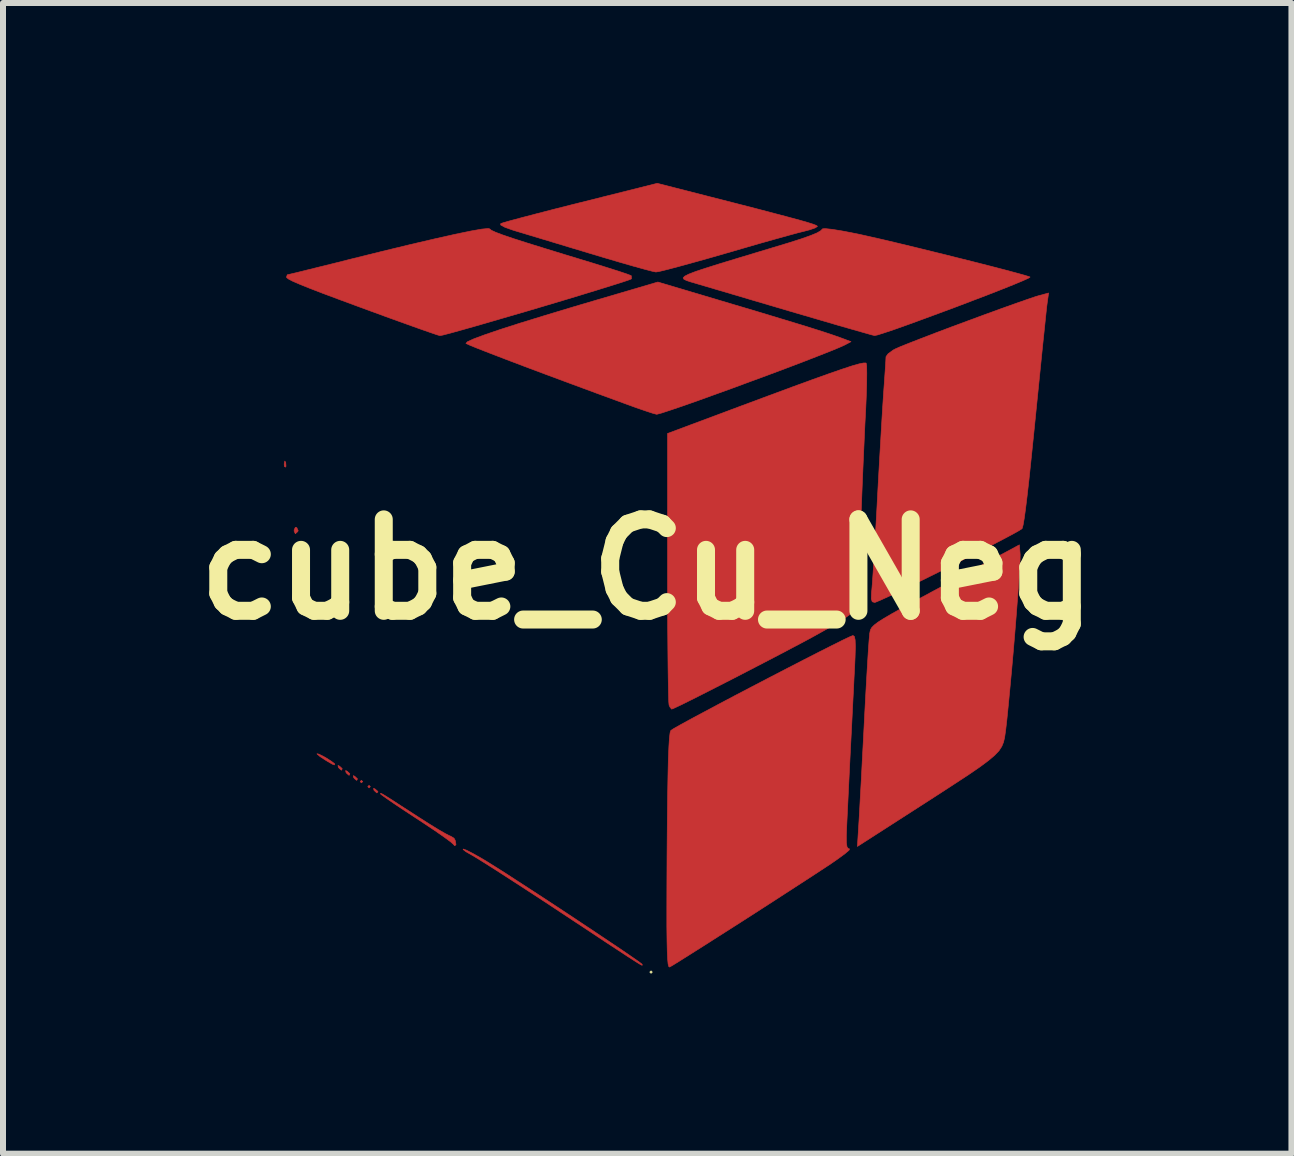
<source format=kicad_pcb>
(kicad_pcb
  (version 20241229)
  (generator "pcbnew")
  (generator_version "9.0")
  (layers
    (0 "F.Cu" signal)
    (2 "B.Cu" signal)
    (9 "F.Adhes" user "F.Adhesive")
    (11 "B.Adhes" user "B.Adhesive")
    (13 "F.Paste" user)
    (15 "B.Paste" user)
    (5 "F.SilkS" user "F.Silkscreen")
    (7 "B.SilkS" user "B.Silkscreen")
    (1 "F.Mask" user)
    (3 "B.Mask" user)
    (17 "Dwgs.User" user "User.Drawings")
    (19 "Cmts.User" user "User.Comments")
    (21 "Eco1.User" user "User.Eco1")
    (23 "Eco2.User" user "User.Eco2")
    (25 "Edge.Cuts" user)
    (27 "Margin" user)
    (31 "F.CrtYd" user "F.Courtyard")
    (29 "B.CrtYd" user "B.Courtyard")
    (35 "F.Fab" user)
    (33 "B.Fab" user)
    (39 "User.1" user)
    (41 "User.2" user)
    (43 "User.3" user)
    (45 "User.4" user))
  (footprint "cube_Cu_Neg"
    (layer "F.Cu")
    (at 7.736 6.44)
    (property "Reference" "cube_Cu_Neg" (at 0 0 0) (layer "F.SilkS") (effects (font (size 1.524 1.524) (thickness 0.3))))
    (attr through_hole)
    (fp_poly (pts (xy -4.741 3.535) (xy -4.763 3.556) (xy -4.784 3.535) (xy -4.763 3.514) (xy -4.741 3.535)) (stroke (width 0.01) (type solid)) (fill yes) (layer "F.Cu"))
    (fp_poly (pts (xy -4.614 3.619) (xy -4.636 3.641) (xy -4.657 3.619) (xy -4.636 3.598) (xy -4.614 3.619)) (stroke (width 0.01) (type solid)) (fill yes) (layer "F.Cu"))
    (fp_poly (pts (xy -6.025 -1.786) (xy -6.02 -1.72) (xy -6.028 -1.705) (xy -6.047 -1.717) (xy -6.05 -1.76) (xy -6.04 -1.806) (xy -6.025 -1.786)) (stroke (width 0.01) (type solid)) (fill yes) (layer "F.Cu"))
    (fp_poly (pts (xy -5.841 -0.698) (xy -5.817 -0.647) (xy -5.823 -0.632) (xy -5.864 -0.595) (xy -5.884 -0.637) (xy -5.884 -0.659) (xy -5.864 -0.702) (xy -5.841 -0.698)) (stroke (width 0.01) (type solid)) (fill yes) (layer "F.Cu"))
    (fp_poly (pts (xy -5.129 3.277) (xy -5.083 3.319) (xy -5.093 3.344) (xy -5.099 3.344) (xy -5.134 3.314) (xy -5.148 3.295) (xy -5.153 3.266) (xy -5.129 3.277)) (stroke (width 0.01) (type solid)) (fill yes) (layer "F.Cu"))
    (fp_poly (pts (xy -5.002 3.361) (xy -4.956 3.404) (xy -4.966 3.429) (xy -4.972 3.429) (xy -5.007 3.399) (xy -5.021 3.38) (xy -5.026 3.351) (xy -5.002 3.361)) (stroke (width 0.01) (type solid)) (fill yes) (layer "F.Cu"))
    (fp_poly (pts (xy -4.875 3.446) (xy -4.829 3.489) (xy -4.839 3.513) (xy -4.845 3.514) (xy -4.88 3.484) (xy -4.894 3.465) (xy -4.899 3.436) (xy -4.875 3.446)) (stroke (width 0.01) (type solid)) (fill yes) (layer "F.Cu"))
    (fp_poly (pts (xy -4.536 3.658) (xy -4.491 3.697) (xy -4.487 3.707) (xy -4.507 3.724) (xy -4.549 3.685) (xy -4.555 3.676) (xy -4.56 3.647) (xy -4.536 3.658)) (stroke (width 0.01) (type solid)) (fill yes) (layer "F.Cu"))
    (fp_poly (pts (xy -5.471 3.078) (xy -5.391 3.118) (xy -5.355 3.138) (xy -5.263 3.197) (xy -5.211 3.237) (xy -5.207 3.243) (xy -5.214 3.257) (xy -5.247 3.245) (xy -5.327 3.199) (xy -5.366 3.175) (xy -5.454 3.117) (xy -5.501 3.076) (xy -5.503 3.071) (xy -5.471 3.078)) (stroke (width 0.01) (type solid)) (fill yes) (layer "F.Cu"))
    (fp_poly (pts (xy -4.435 3.732) (xy -4.407 3.746) (xy -4.351 3.78) (xy -4.257 3.839) (xy -4.116 3.931) (xy -3.916 4.06) (xy -3.831 4.115) (xy -3.646 4.233) (xy -3.484 4.333) (xy -3.359 4.405) (xy -3.286 4.442) (xy -3.275 4.445) (xy -3.22 4.479) (xy -3.2 4.515) (xy -3.187 4.585) (xy -3.207 4.605) (xy -3.239 4.572) (xy -3.283 4.534) (xy -3.385 4.459) (xy -3.534 4.355) (xy -3.717 4.233) (xy -3.857 4.141) (xy -4.052 4.013) (xy -4.22 3.901) (xy -4.349 3.812) (xy -4.427 3.756) (xy -4.445 3.74) (xy -4.444 3.732) (xy -4.435 3.732)) (stroke (width 0.01) (type solid)) (fill yes) (layer "F.Cu"))
    (fp_poly (pts (xy -3.011 4.679) (xy -2.904 4.734) (xy -2.762 4.814) (xy -2.685 4.86) (xy -2.547 4.946) (xy -2.365 5.061) (xy -2.148 5.202) (xy -1.904 5.36) (xy -1.644 5.53) (xy -1.376 5.706) (xy -1.111 5.882) (xy -0.857 6.051) (xy -0.624 6.207) (xy -0.421 6.343) (xy -0.258 6.455) (xy -0.144 6.534) (xy -0.089 6.576) (xy -0.085 6.581) (xy -0.083 6.589) (xy -0.083 6.596) (xy -0.091 6.595) (xy -0.113 6.584) (xy -0.156 6.558) (xy -0.227 6.513) (xy -0.333 6.445) (xy -0.479 6.349) (xy -0.673 6.222) (xy -0.92 6.058) (xy -1.229 5.854) (xy -1.418 5.729) (xy -1.724 5.527) (xy -2.015 5.337) (xy -2.282 5.164) (xy -2.516 5.013) (xy -2.707 4.892) (xy -2.845 4.806) (xy -2.921 4.761) (xy -3.019 4.705) (xy -3.068 4.667) (xy -3.066 4.659) (xy -3.011 4.679)) (stroke (width 0.01) (type solid)) (fill yes) (layer "F.Cu"))
    (fp_poly (pts (xy 1.004 -6.221) (xy 1.45 -6.107) (xy 1.82 -6.012) (xy 2.12 -5.933) (xy 2.358 -5.87) (xy 2.54 -5.821) (xy 2.672 -5.783) (xy 2.761 -5.755) (xy 2.813 -5.735) (xy 2.835 -5.721) (xy 2.836 -5.717) (xy 2.799 -5.692) (xy 2.702 -5.659) (xy 2.614 -5.636) (xy 2.513 -5.611) (xy 2.345 -5.565) (xy 2.122 -5.503) (xy 1.859 -5.429) (xy 1.57 -5.345) (xy 1.308 -5.269) (xy 1.016 -5.185) (xy 0.747 -5.11) (xy 0.514 -5.046) (xy 0.328 -4.997) (xy 0.2 -4.966) (xy 0.144 -4.957) (xy 0.082 -4.97) (xy -0.048 -5.004) (xy -0.236 -5.056) (xy -0.468 -5.123) (xy -0.733 -5.201) (xy -0.953 -5.267) (xy -1.249 -5.356) (xy -1.533 -5.442) (xy -1.791 -5.52) (xy -2.007 -5.585) (xy -2.166 -5.633) (xy -2.233 -5.653) (xy -2.371 -5.702) (xy -2.442 -5.741) (xy -2.441 -5.764) (xy -2.388 -5.782) (xy -2.263 -5.817) (xy -2.076 -5.867) (xy -1.839 -5.929) (xy -1.561 -6.001) (xy -1.253 -6.079) (xy -1.109 -6.115) (xy 0.167 -6.435) (xy 1.004 -6.221)) (stroke (width 0.01) (type solid)) (fill yes) (layer "F.Cu"))
    (fp_poly (pts (xy 1.411 -4.423) (xy 1.845 -4.294) (xy 2.205 -4.185) (xy 2.502 -4.095) (xy 2.742 -4.021) (xy 2.934 -3.96) (xy 3.087 -3.909) (xy 3.21 -3.866) (xy 3.275 -3.842) (xy 3.396 -3.796) (xy 3.288 -3.739) (xy 3.199 -3.699) (xy 3.046 -3.636) (xy 2.84 -3.555) (xy 2.593 -3.459) (xy 2.314 -3.353) (xy 2.015 -3.241) (xy 1.705 -3.127) (xy 1.397 -3.013) (xy 1.1 -2.906) (xy 0.826 -2.807) (xy 0.584 -2.722) (xy 0.386 -2.655) (xy 0.243 -2.608) (xy 0.165 -2.587) (xy 0.156 -2.586) (xy 0.098 -2.601) (xy -0.021 -2.64) (xy -0.184 -2.696) (xy -0.36 -2.76) (xy -0.827 -2.931) (xy -1.265 -3.093) (xy -1.669 -3.243) (xy -2.032 -3.379) (xy -2.348 -3.499) (xy -2.611 -3.6) (xy -2.814 -3.679) (xy -2.952 -3.735) (xy -3.017 -3.765) (xy -3.021 -3.767) (xy -2.997 -3.794) (xy -2.893 -3.842) (xy -2.71 -3.91) (xy -2.452 -3.998) (xy -2.119 -4.105) (xy -1.713 -4.23) (xy -1.236 -4.374) (xy -0.853 -4.487) (xy 0.177 -4.79) (xy 1.411 -4.423)) (stroke (width 0.01) (type solid)) (fill yes) (layer "F.Cu"))
    (fp_poly (pts (xy 6.215 -0.251) (xy 6.214 -0.171) (xy 6.206 -0.02) (xy 6.193 0.19) (xy 6.174 0.447) (xy 6.152 0.738) (xy 6.127 1.05) (xy 6.1 1.371) (xy 6.072 1.688) (xy 6.044 1.988) (xy 6.018 2.26) (xy 5.995 2.49) (xy 5.975 2.665) (xy 5.969 2.709) (xy 5.956 2.8) (xy 5.938 2.878) (xy 5.909 2.949) (xy 5.863 3.02) (xy 5.791 3.096) (xy 5.687 3.184) (xy 5.545 3.29) (xy 5.357 3.419) (xy 5.116 3.577) (xy 4.816 3.772) (xy 4.566 3.933) (xy 3.503 4.616) (xy 3.53 4.181) (xy 3.539 4.024) (xy 3.551 3.799) (xy 3.567 3.519) (xy 3.583 3.203) (xy 3.601 2.864) (xy 3.619 2.518) (xy 3.621 2.477) (xy 3.638 2.15) (xy 3.655 1.846) (xy 3.671 1.575) (xy 3.685 1.35) (xy 3.697 1.182) (xy 3.706 1.084) (xy 3.707 1.07) (xy 3.714 1.032) (xy 3.724 0.998) (xy 3.745 0.964) (xy 3.785 0.925) (xy 3.848 0.877) (xy 3.944 0.816) (xy 4.077 0.738) (xy 4.256 0.638) (xy 4.487 0.512) (xy 4.776 0.356) (xy 5.131 0.165) (xy 5.249 0.102) (xy 6.202 -0.41) (xy 6.215 -0.251)) (stroke (width 0.01) (type solid)) (fill yes) (layer "F.Cu"))
    (fp_poly (pts (xy 3.643 -3.441) (xy 3.649 -3.438) (xy 3.657 -3.387) (xy 3.659 -3.267) (xy 3.657 -3.09) (xy 3.65 -2.872) (xy 3.641 -2.667) (xy 3.628 -2.42) (xy 3.614 -2.109) (xy 3.598 -1.755) (xy 3.582 -1.378) (xy 3.567 -0.998) (xy 3.554 -0.677) (xy 3.538 -0.296) (xy 3.521 0.033) (xy 3.503 0.301) (xy 3.486 0.503) (xy 3.469 0.631) (xy 3.457 0.673) (xy 3.398 0.735) (xy 3.267 0.829) (xy 3.061 0.954) (xy 2.779 1.112) (xy 2.667 1.173) (xy 2.454 1.286) (xy 2.211 1.414) (xy 1.948 1.551) (xy 1.676 1.692) (xy 1.405 1.832) (xy 1.146 1.964) (xy 0.91 2.084) (xy 0.707 2.186) (xy 0.549 2.264) (xy 0.445 2.313) (xy 0.407 2.328) (xy 0.38 2.295) (xy 0.364 2.261) (xy 0.359 2.207) (xy 0.355 2.077) (xy 0.351 1.877) (xy 0.347 1.618) (xy 0.344 1.307) (xy 0.341 0.951) (xy 0.34 0.559) (xy 0.339 0.14) (xy 0.339 -0.036) (xy 0.339 -2.266) (xy 1.556 -2.721) (xy 2.032 -2.898) (xy 2.434 -3.047) (xy 2.768 -3.169) (xy 3.04 -3.266) (xy 3.254 -3.34) (xy 3.415 -3.393) (xy 3.531 -3.426) (xy 3.605 -3.441) (xy 3.643 -3.441)) (stroke (width 0.01) (type solid)) (fill yes) (layer "F.Cu"))
    (fp_poly (pts (xy -2.626 -5.676) (xy -2.597 -5.652) (xy -2.528 -5.62) (xy -2.412 -5.576) (xy -2.245 -5.519) (xy -2.018 -5.446) (xy -1.725 -5.355) (xy -1.361 -5.243) (xy -1.173 -5.186) (xy -0.913 -5.107) (xy -0.682 -5.035) (xy -0.49 -4.974) (xy -0.351 -4.928) (xy -0.276 -4.9) (xy -0.266 -4.895) (xy -0.263 -4.846) (xy -0.267 -4.841) (xy -0.314 -4.822) (xy -0.431 -4.783) (xy -0.609 -4.727) (xy -0.835 -4.657) (xy -1.099 -4.576) (xy -1.39 -4.488) (xy -1.698 -4.396) (xy -2.012 -4.303) (xy -2.321 -4.213) (xy -2.613 -4.128) (xy -2.879 -4.051) (xy -3.106 -3.987) (xy -3.286 -3.937) (xy -3.406 -3.906) (xy -3.455 -3.897) (xy -3.504 -3.911) (xy -3.621 -3.951) (xy -3.793 -4.011) (xy -4.008 -4.088) (xy -4.255 -4.177) (xy -4.36 -4.215) (xy -4.783 -4.37) (xy -5.132 -4.499) (xy -5.413 -4.604) (xy -5.633 -4.689) (xy -5.796 -4.755) (xy -5.909 -4.804) (xy -5.978 -4.84) (xy -6.008 -4.864) (xy -6.011 -4.872) (xy -5.999 -4.91) (xy -5.996 -4.911) (xy -5.953 -4.921) (xy -5.838 -4.948) (xy -5.665 -4.991) (xy -5.442 -5.046) (xy -5.183 -5.11) (xy -4.97 -5.164) (xy -4.421 -5.3) (xy -3.942 -5.416) (xy -3.535 -5.511) (xy -3.2 -5.586) (xy -2.94 -5.64) (xy -2.757 -5.672) (xy -2.652 -5.682) (xy -2.626 -5.676)) (stroke (width 0.01) (type solid)) (fill yes) (layer "F.Cu"))
    (fp_poly (pts (xy 3.083 -5.668) (xy 3.249 -5.641) (xy 3.451 -5.602) (xy 3.526 -5.587) (xy 3.709 -5.546) (xy 3.942 -5.493) (xy 4.211 -5.429) (xy 4.505 -5.358) (xy 4.814 -5.282) (xy 5.124 -5.205) (xy 5.424 -5.13) (xy 5.703 -5.059) (xy 5.95 -4.995) (xy 6.151 -4.941) (xy 6.296 -4.901) (xy 6.374 -4.876) (xy 6.38 -4.873) (xy 6.353 -4.854) (xy 6.256 -4.81) (xy 6.102 -4.746) (xy 5.902 -4.666) (xy 5.667 -4.574) (xy 5.407 -4.475) (xy 5.134 -4.371) (xy 4.859 -4.269) (xy 4.593 -4.171) (xy 4.347 -4.081) (xy 4.133 -4.005) (xy 3.961 -3.947) (xy 3.842 -3.909) (xy 3.789 -3.898) (xy 3.739 -3.91) (xy 3.619 -3.944) (xy 3.436 -3.996) (xy 3.202 -4.063) (xy 2.926 -4.144) (xy 2.618 -4.234) (xy 2.392 -4.3) (xy 2.057 -4.399) (xy 1.738 -4.493) (xy 1.448 -4.579) (xy 1.197 -4.653) (xy 0.998 -4.712) (xy 0.861 -4.752) (xy 0.815 -4.766) (xy 0.725 -4.792) (xy 0.656 -4.815) (xy 0.612 -4.836) (xy 0.599 -4.859) (xy 0.623 -4.886) (xy 0.691 -4.921) (xy 0.808 -4.966) (xy 0.98 -5.023) (xy 1.212 -5.096) (xy 1.511 -5.187) (xy 1.882 -5.299) (xy 2.074 -5.357) (xy 2.359 -5.443) (xy 2.572 -5.511) (xy 2.724 -5.565) (xy 2.826 -5.607) (xy 2.889 -5.643) (xy 2.922 -5.676) (xy 2.922 -5.677) (xy 2.969 -5.68) (xy 3.083 -5.668)) (stroke (width 0.01) (type solid)) (fill yes) (layer "F.Cu"))
    (fp_poly (pts (xy 6.667 -4.452) (xy 6.657 -4.374) (xy 6.641 -4.223) (xy 6.619 -4.009) (xy 6.591 -3.744) (xy 6.56 -3.437) (xy 6.526 -3.1) (xy 6.495 -2.794) (xy 6.444 -2.287) (xy 6.4 -1.859) (xy 6.363 -1.506) (xy 6.331 -1.223) (xy 6.304 -1.004) (xy 6.282 -0.845) (xy 6.264 -0.741) (xy 6.249 -0.686) (xy 6.246 -0.68) (xy 6.202 -0.651) (xy 6.094 -0.59) (xy 5.932 -0.504) (xy 5.727 -0.397) (xy 5.49 -0.276) (xy 5.234 -0.146) (xy 4.968 -0.012) (xy 4.704 0.119) (xy 4.454 0.242) (xy 4.228 0.352) (xy 4.037 0.443) (xy 3.893 0.509) (xy 3.808 0.545) (xy 3.79 0.55) (xy 3.75 0.538) (xy 3.734 0.489) (xy 3.738 0.382) (xy 3.744 0.328) (xy 3.752 0.228) (xy 3.764 0.057) (xy 3.779 -0.172) (xy 3.795 -0.447) (xy 3.813 -0.753) (xy 3.831 -1.078) (xy 3.833 -1.122) (xy 3.852 -1.472) (xy 3.872 -1.827) (xy 3.892 -2.169) (xy 3.91 -2.479) (xy 3.926 -2.739) (xy 3.938 -2.921) (xy 3.953 -3.135) (xy 3.966 -3.321) (xy 3.975 -3.461) (xy 3.979 -3.538) (xy 3.979 -3.545) (xy 4.014 -3.594) (xy 4.1 -3.657) (xy 4.138 -3.677) (xy 4.222 -3.714) (xy 4.372 -3.774) (xy 4.575 -3.853) (xy 4.817 -3.946) (xy 5.085 -4.047) (xy 5.366 -4.151) (xy 5.645 -4.254) (xy 5.909 -4.35) (xy 6.145 -4.434) (xy 6.339 -4.502) (xy 6.478 -4.549) (xy 6.53 -4.564) (xy 6.689 -4.607) (xy 6.667 -4.452)) (stroke (width 0.01) (type solid)) (fill yes) (layer "F.Cu"))
    (fp_poly (pts (xy 3.452 1.117) (xy 3.465 1.175) (xy 3.469 1.285) (xy 3.464 1.459) (xy 3.456 1.64) (xy 3.447 1.802) (xy 3.439 1.973) (xy 3.429 2.165) (xy 3.418 2.386) (xy 3.405 2.646) (xy 3.389 2.954) (xy 3.371 3.318) (xy 3.35 3.749) (xy 3.326 4.244) (xy 3.318 4.436) (xy 3.319 4.558) (xy 3.33 4.626) (xy 3.352 4.653) (xy 3.371 4.657) (xy 3.364 4.678) (xy 3.296 4.736) (xy 3.178 4.823) (xy 3.023 4.93) (xy 2.999 4.945) (xy 2.792 5.081) (xy 2.552 5.237) (xy 2.288 5.408) (xy 2.01 5.588) (xy 1.726 5.771) (xy 1.446 5.95) (xy 1.179 6.12) (xy 0.936 6.275) (xy 0.724 6.409) (xy 0.554 6.516) (xy 0.435 6.59) (xy 0.375 6.625) (xy 0.372 6.626) (xy 0.359 6.617) (xy 0.348 6.575) (xy 0.34 6.493) (xy 0.334 6.366) (xy 0.33 6.187) (xy 0.327 5.949) (xy 0.327 5.648) (xy 0.328 5.275) (xy 0.33 4.826) (xy 0.331 4.689) (xy 0.335 4.192) (xy 0.34 3.775) (xy 0.346 3.433) (xy 0.352 3.161) (xy 0.361 2.955) (xy 0.37 2.81) (xy 0.381 2.721) (xy 0.394 2.683) (xy 0.394 2.683) (xy 0.445 2.65) (xy 0.56 2.585) (xy 0.73 2.492) (xy 0.945 2.377) (xy 1.194 2.244) (xy 1.468 2.099) (xy 1.757 1.948) (xy 2.052 1.794) (xy 2.342 1.644) (xy 2.617 1.502) (xy 2.868 1.374) (xy 3.084 1.265) (xy 3.256 1.179) (xy 3.374 1.123) (xy 3.428 1.101) (xy 3.429 1.101) (xy 3.452 1.117)) (stroke (width 0.01) (type solid)) (fill yes) (layer "F.Cu"))
    (fp_poly (pts (xy 0.085 6.71) (xy 0.064 6.731) (xy 0.042 6.71) (xy 0.064 6.689) (xy 0.085 6.71)) (stroke (width 0.01) (type solid)) (fill yes) (layer "F.SilkS")))
  (gr_rect
    (start -3 -3)
    (end 18.472 16.176)
    (stroke (width 0.1) (type default))
    (fill no)
    (layer "Edge.Cuts")))
</source>
